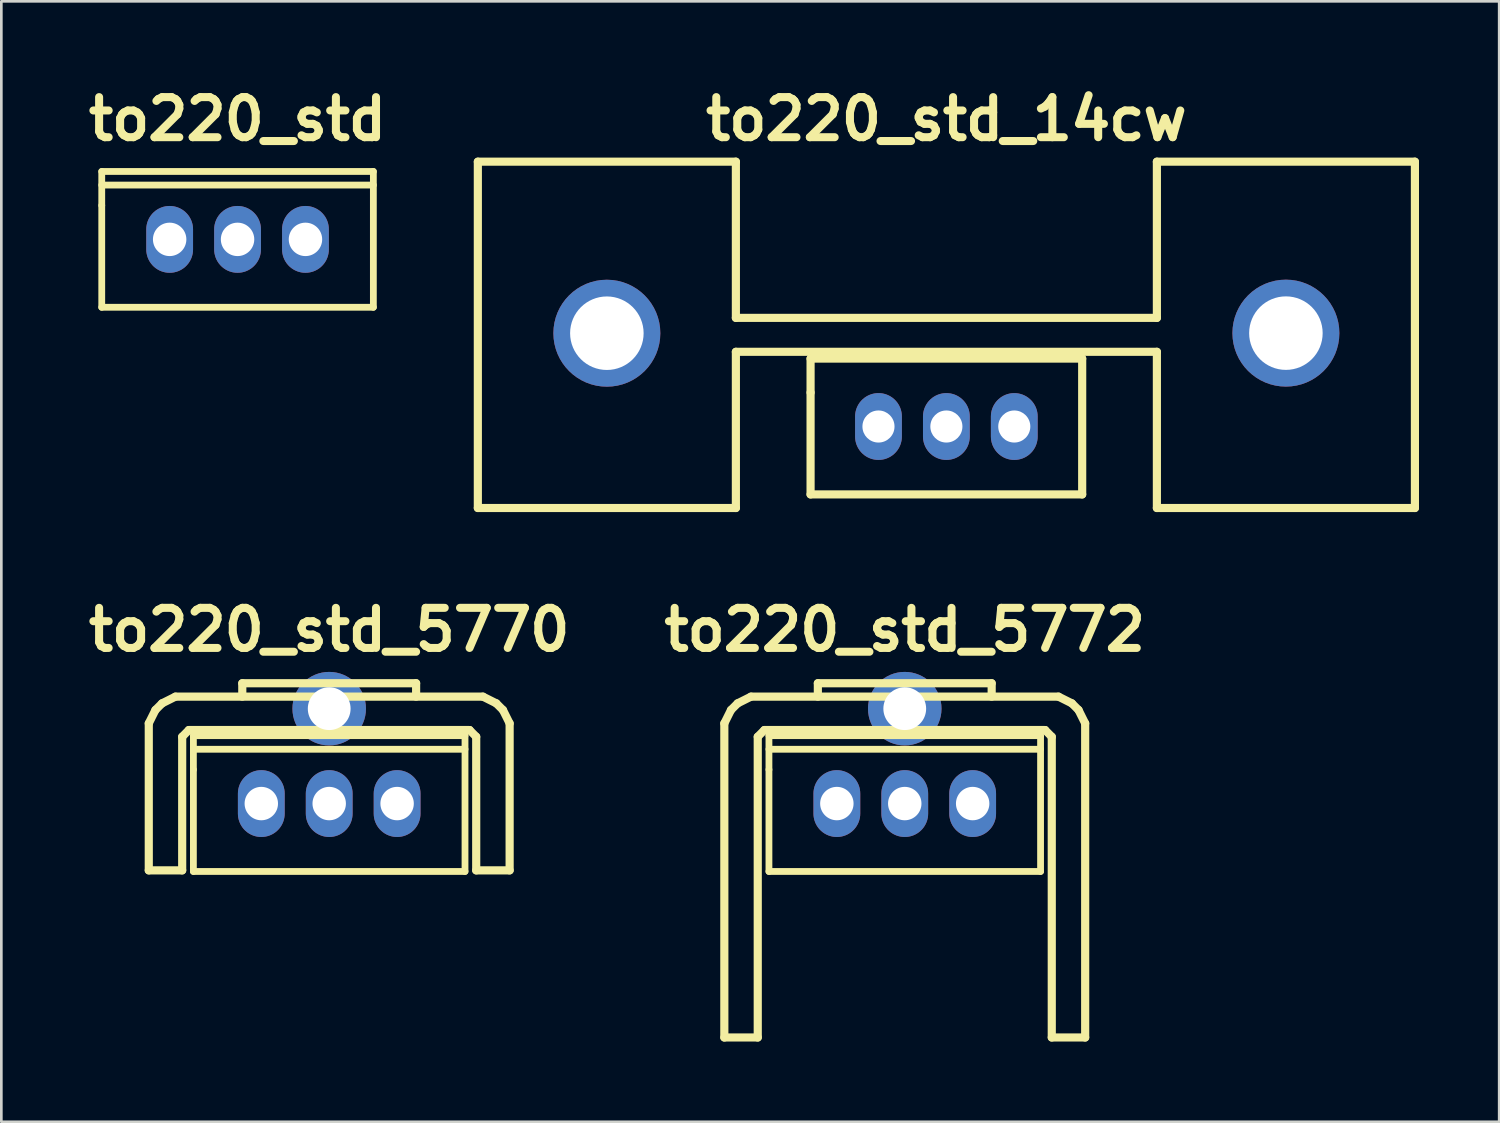
<source format=kicad_pcb>
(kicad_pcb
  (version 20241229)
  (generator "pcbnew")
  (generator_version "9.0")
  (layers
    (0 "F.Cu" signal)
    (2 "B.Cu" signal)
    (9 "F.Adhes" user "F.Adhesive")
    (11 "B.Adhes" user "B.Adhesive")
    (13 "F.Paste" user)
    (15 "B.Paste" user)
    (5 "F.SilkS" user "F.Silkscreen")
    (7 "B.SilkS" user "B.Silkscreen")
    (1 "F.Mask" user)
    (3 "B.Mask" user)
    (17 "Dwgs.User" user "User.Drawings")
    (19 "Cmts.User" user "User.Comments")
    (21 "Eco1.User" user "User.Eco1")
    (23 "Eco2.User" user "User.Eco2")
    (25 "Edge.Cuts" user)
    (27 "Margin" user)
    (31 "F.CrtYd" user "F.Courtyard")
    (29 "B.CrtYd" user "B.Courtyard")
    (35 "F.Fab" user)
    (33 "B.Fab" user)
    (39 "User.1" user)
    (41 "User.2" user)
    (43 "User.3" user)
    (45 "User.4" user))
  (footprint "to220_std_5772"
    (layer "F.Cu")
    (at 30.793 27.008)
    (property "Reference" "to220_std_5772" (at 0 -6.5 0) (layer "F.SilkS") (effects (font (size 1.5 1.5) (thickness 0.3))))
    (attr through_hole)
    (fp_line (start -6.749 -3) (end -6.749 8.75) (stroke (width 0.305) (type solid)) (layer "F.SilkS"))
    (fp_line (start -6.749 -3) (end -6.5 -3.5) (stroke (width 0.305) (type solid)) (layer "F.SilkS"))
    (fp_line (start -6.5 -3.5) (end -6.251 -3.749) (stroke (width 0.305) (type solid)) (layer "F.SilkS"))
    (fp_line (start -6.251 -3.749) (end -5.751 -4) (stroke (width 0.305) (type solid)) (layer "F.SilkS"))
    (fp_line (start -5.499 -2.499) (end -5.25 -2.751) (stroke (width 0.305) (type solid)) (layer "F.SilkS"))
    (fp_line (start -5.499 8.75) (end -6.749 8.75) (stroke (width 0.305) (type solid)) (layer "F.SilkS"))
    (fp_line (start -5.499 8.75) (end -5.499 -2.499) (stroke (width 0.305) (type solid)) (layer "F.SilkS"))
    (fp_line (start -5.25 -2.751) (end 5.25 -2.751) (stroke (width 0.305) (type solid)) (layer "F.SilkS"))
    (fp_line (start -5.08 -2.54) (end -5.08 -1.27) (stroke (width 0.254) (type solid)) (layer "F.SilkS"))
    (fp_line (start -5.08 -2.032) (end 5.08 -2.032) (stroke (width 0.254) (type solid)) (layer "F.SilkS"))
    (fp_line (start -5.08 -1.27) (end -5.08 2.54) (stroke (width 0.254) (type solid)) (layer "F.SilkS"))
    (fp_line (start -5.08 2.54) (end 5.08 2.54) (stroke (width 0.254) (type solid)) (layer "F.SilkS"))
    (fp_line (start -3.251 -4.501) (end 3.251 -4.501) (stroke (width 0.305) (type solid)) (layer "F.SilkS"))
    (fp_line (start -3.251 -4) (end -3.251 -4.501) (stroke (width 0.305) (type solid)) (layer "F.SilkS"))
    (fp_line (start 3.251 -4.501) (end 3.251 -4) (stroke (width 0.305) (type solid)) (layer "F.SilkS"))
    (fp_line (start 5.08 -2.54) (end -5.08 -2.54) (stroke (width 0.254) (type solid)) (layer "F.SilkS"))
    (fp_line (start 5.08 2.54) (end 5.08 -2.54) (stroke (width 0.254) (type solid)) (layer "F.SilkS"))
    (fp_line (start 5.25 -2.751) (end 5.499 -2.499) (stroke (width 0.305) (type solid)) (layer "F.SilkS"))
    (fp_line (start 5.499 -2.499) (end 5.499 8.75) (stroke (width 0.305) (type solid)) (layer "F.SilkS"))
    (fp_line (start 5.751 -4) (end -5.751 -4) (stroke (width 0.305) (type solid)) (layer "F.SilkS"))
    (fp_line (start 5.751 -4) (end 6.251 -3.749) (stroke (width 0.305) (type solid)) (layer "F.SilkS"))
    (fp_line (start 6.251 -3.749) (end 6.5 -3.5) (stroke (width 0.305) (type solid)) (layer "F.SilkS"))
    (fp_line (start 6.5 -3.5) (end 6.749 -3) (stroke (width 0.305) (type solid)) (layer "F.SilkS"))
    (fp_line (start 6.749 -3) (end 6.749 8.75) (stroke (width 0.305) (type solid)) (layer "F.SilkS"))
    (fp_line (start 6.749 8.75) (end 5.499 8.75) (stroke (width 0.305) (type solid)) (layer "F.SilkS"))
    (pad "" thru_hole circle (at 0 -3.55) (size 2.75 2.75) (drill 1.6) (layers "*.Cu" "*.Mask"))
    (pad "1" thru_hole oval (at 2.54 0) (size 1.75 2.5) (drill 1.25) (layers "*.Cu" "*.Mask"))
    (pad "2" thru_hole oval (at 0 0) (size 1.75 2.5) (drill 1.25) (layers "*.Cu" "*.Mask"))
    (pad "3" thru_hole oval (at -2.54 0) (size 1.75 2.5) (drill 1.25) (layers "*.Cu" "*.Mask")))
  (footprint "to220_std_5770"
    (layer "F.Cu")
    (at 9.264 27.008)
    (property "Reference" "to220_std_5770" (at 0 -6.5 0) (layer "F.SilkS") (effects (font (size 1.5 1.5) (thickness 0.3))))
    (attr through_hole)
    (fp_line (start -6.749 -3) (end -6.5 -3.5) (stroke (width 0.305) (type solid)) (layer "F.SilkS"))
    (fp_line (start -6.749 2.499) (end -6.749 -3) (stroke (width 0.305) (type solid)) (layer "F.SilkS"))
    (fp_line (start -6.5 -3.5) (end -6.251 -3.749) (stroke (width 0.305) (type solid)) (layer "F.SilkS"))
    (fp_line (start -6.251 -3.749) (end -5.751 -4) (stroke (width 0.305) (type solid)) (layer "F.SilkS"))
    (fp_line (start -5.499 -2.499) (end -5.499 2.499) (stroke (width 0.305) (type solid)) (layer "F.SilkS"))
    (fp_line (start -5.499 -2.499) (end -5.25 -2.751) (stroke (width 0.305) (type solid)) (layer "F.SilkS"))
    (fp_line (start -5.499 2.499) (end -6.749 2.499) (stroke (width 0.305) (type solid)) (layer "F.SilkS"))
    (fp_line (start -5.25 -2.751) (end 5.25 -2.751) (stroke (width 0.305) (type solid)) (layer "F.SilkS"))
    (fp_line (start -5.08 -2.54) (end -5.08 -1.27) (stroke (width 0.254) (type solid)) (layer "F.SilkS"))
    (fp_line (start -5.08 -2.032) (end 5.08 -2.032) (stroke (width 0.254) (type solid)) (layer "F.SilkS"))
    (fp_line (start -5.08 -1.27) (end -5.08 2.54) (stroke (width 0.254) (type solid)) (layer "F.SilkS"))
    (fp_line (start -5.08 2.54) (end 5.08 2.54) (stroke (width 0.254) (type solid)) (layer "F.SilkS"))
    (fp_line (start -3.251 -4.501) (end 3.251 -4.501) (stroke (width 0.305) (type solid)) (layer "F.SilkS"))
    (fp_line (start -3.251 -4) (end -3.251 -4.501) (stroke (width 0.305) (type solid)) (layer "F.SilkS"))
    (fp_line (start 3.251 -4.501) (end 3.251 -4) (stroke (width 0.305) (type solid)) (layer "F.SilkS"))
    (fp_line (start 5.08 -2.54) (end -5.08 -2.54) (stroke (width 0.254) (type solid)) (layer "F.SilkS"))
    (fp_line (start 5.08 2.54) (end 5.08 -2.54) (stroke (width 0.254) (type solid)) (layer "F.SilkS"))
    (fp_line (start 5.25 -2.751) (end 5.499 -2.499) (stroke (width 0.305) (type solid)) (layer "F.SilkS"))
    (fp_line (start 5.499 2.499) (end 5.499 -2.499) (stroke (width 0.305) (type solid)) (layer "F.SilkS"))
    (fp_line (start 5.751 -4) (end -5.751 -4) (stroke (width 0.305) (type solid)) (layer "F.SilkS"))
    (fp_line (start 5.751 -4) (end 6.251 -3.749) (stroke (width 0.305) (type solid)) (layer "F.SilkS"))
    (fp_line (start 6.251 -3.749) (end 6.5 -3.5) (stroke (width 0.305) (type solid)) (layer "F.SilkS"))
    (fp_line (start 6.5 -3.5) (end 6.749 -3) (stroke (width 0.305) (type solid)) (layer "F.SilkS"))
    (fp_line (start 6.749 -3) (end 6.749 2.499) (stroke (width 0.305) (type solid)) (layer "F.SilkS"))
    (fp_line (start 6.749 2.499) (end 5.499 2.499) (stroke (width 0.305) (type solid)) (layer "F.SilkS"))
    (pad "" thru_hole circle (at 0 -3.55) (size 2.75 2.75) (drill 1.6) (layers "*.Cu" "*.Mask"))
    (pad "1" thru_hole oval (at 2.54 0) (size 1.75 2.5) (drill 1.25) (layers "*.Cu" "*.Mask"))
    (pad "2" thru_hole oval (at 0 0) (size 1.75 2.5) (drill 1.25) (layers "*.Cu" "*.Mask"))
    (pad "3" thru_hole oval (at -2.54 0) (size 1.75 2.5) (drill 1.25) (layers "*.Cu" "*.Mask")))
  (footprint "to220_std_14cw"
    (layer "F.Cu")
    (at 32.35 12.904)
    (property "Reference" "to220_std_14cw" (at 0 -11.5 0) (layer "F.SilkS") (effects (font (size 1.5 1.5) (thickness 0.3))))
    (attr through_hole)
    (fp_line (start -17.526 -9.906) (end -17.526 3.048) (stroke (width 0.305) (type solid)) (layer "F.SilkS"))
    (fp_line (start -17.526 3.048) (end -7.874 3.048) (stroke (width 0.305) (type solid)) (layer "F.SilkS"))
    (fp_line (start -7.874 -9.906) (end -17.526 -9.906) (stroke (width 0.305) (type solid)) (layer "F.SilkS"))
    (fp_line (start -7.874 -9.906) (end -7.874 -4.064) (stroke (width 0.305) (type solid)) (layer "F.SilkS"))
    (fp_line (start -7.874 -2.794) (end -7.874 3.048) (stroke (width 0.305) (type solid)) (layer "F.SilkS"))
    (fp_line (start -7.874 -2.794) (end 7.874 -2.794) (stroke (width 0.305) (type solid)) (layer "F.SilkS"))
    (fp_line (start -5.08 -2.54) (end -5.08 -1.27) (stroke (width 0.305) (type solid)) (layer "F.SilkS"))
    (fp_line (start -5.08 -1.27) (end -5.08 2.54) (stroke (width 0.305) (type solid)) (layer "F.SilkS"))
    (fp_line (start -5.08 2.54) (end 5.08 2.54) (stroke (width 0.305) (type solid)) (layer "F.SilkS"))
    (fp_line (start 5.08 -2.54) (end -5.08 -2.54) (stroke (width 0.305) (type solid)) (layer "F.SilkS"))
    (fp_line (start 5.08 2.54) (end 5.08 -2.54) (stroke (width 0.305) (type solid)) (layer "F.SilkS"))
    (fp_line (start 7.874 -9.906) (end 7.874 -4.064) (stroke (width 0.305) (type solid)) (layer "F.SilkS"))
    (fp_line (start 7.874 -4.064) (end -7.874 -4.064) (stroke (width 0.305) (type solid)) (layer "F.SilkS"))
    (fp_line (start 7.874 3.048) (end 7.874 -2.794) (stroke (width 0.305) (type solid)) (layer "F.SilkS"))
    (fp_line (start 7.874 3.048) (end 17.526 3.048) (stroke (width 0.305) (type solid)) (layer "F.SilkS"))
    (fp_line (start 17.526 -9.906) (end 7.874 -9.906) (stroke (width 0.305) (type solid)) (layer "F.SilkS"))
    (fp_line (start 17.526 -9.906) (end 17.526 3.048) (stroke (width 0.305) (type solid)) (layer "F.SilkS"))
    (pad "" thru_hole circle (at -12.7 -3.49) (size 4 4) (drill 2.75) (layers "*.Cu" "*.Mask"))
    (pad "" thru_hole circle (at 12.7 -3.493) (size 4 4) (drill 2.75) (layers "*.Cu" "*.Mask"))
    (pad "1" thru_hole oval (at 2.54 0) (size 1.75 2.5) (drill 1.2) (layers "*.Cu" "*.Mask"))
    (pad "2" thru_hole oval (at 0 0) (size 1.75 2.5) (drill 1.2) (layers "*.Cu" "*.Mask"))
    (pad "53" thru_hole oval (at -2.54 0) (size 1.75 2.5) (drill 1.2) (layers "*.Cu" "*.Mask")))
  (footprint "to220_std"
    (layer "F.Cu")
    (at 5.836 5.904)
    (property "Reference" "to220_std" (at 0 -4.5 0) (layer "F.SilkS") (effects (font (size 1.5 1.5) (thickness 0.3))))
    (attr through_hole)
    (fp_line (start -5.08 -2.54) (end -5.08 -1.27) (stroke (width 0.254) (type solid)) (layer "F.SilkS"))
    (fp_line (start -5.08 -2.032) (end 5.08 -2.032) (stroke (width 0.254) (type solid)) (layer "F.SilkS"))
    (fp_line (start -5.08 -1.27) (end -5.08 2.54) (stroke (width 0.254) (type solid)) (layer "F.SilkS"))
    (fp_line (start -5.08 2.54) (end 5.08 2.54) (stroke (width 0.254) (type solid)) (layer "F.SilkS"))
    (fp_line (start 5.08 -2.54) (end -5.08 -2.54) (stroke (width 0.254) (type solid)) (layer "F.SilkS"))
    (fp_line (start 5.08 2.54) (end 5.08 -2.54) (stroke (width 0.254) (type solid)) (layer "F.SilkS"))
    (pad "1" thru_hole oval (at 2.54 0) (size 1.75 2.5) (drill 1.25) (layers "*.Cu" "*.Mask"))
    (pad "2" thru_hole oval (at 0 0) (size 1.75 2.5) (drill 1.25) (layers "*.Cu" "*.Mask"))
    (pad "3" thru_hole oval (at -2.54 0) (size 1.75 2.5) (drill 1.25) (layers "*.Cu" "*.Mask")))
  (gr_rect
    (start -3 -3)
    (end 53.028 38.911)
    (stroke (width 0.1) (type default))
    (fill no)
    (layer "Edge.Cuts")))
</source>
